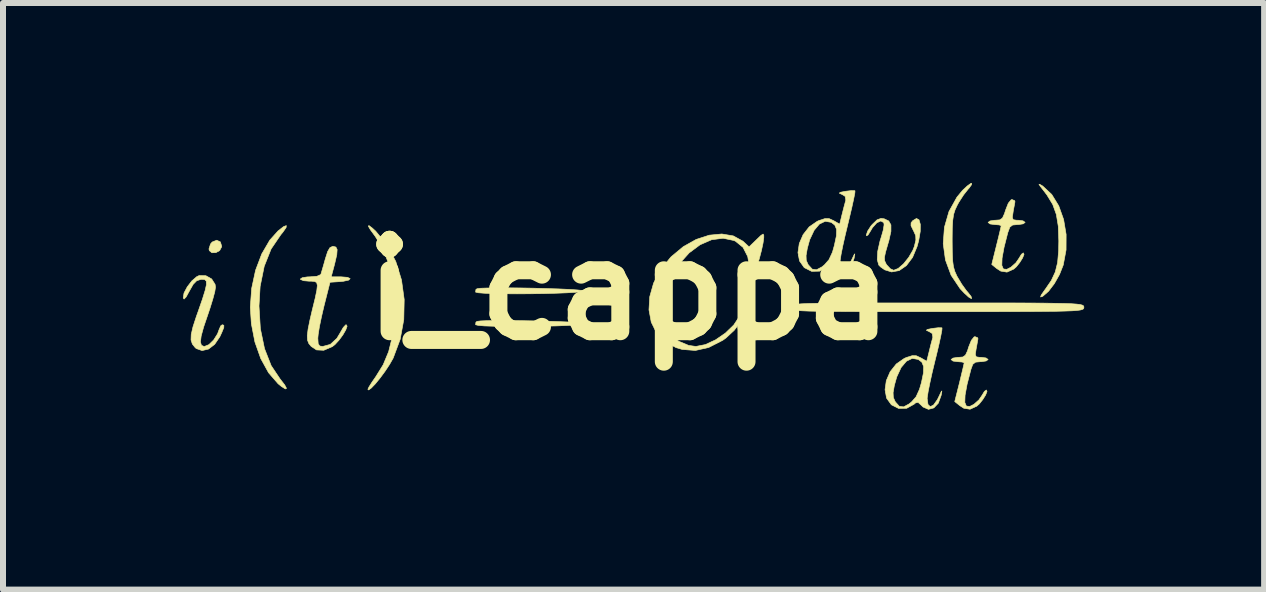
<source format=kicad_pcb>
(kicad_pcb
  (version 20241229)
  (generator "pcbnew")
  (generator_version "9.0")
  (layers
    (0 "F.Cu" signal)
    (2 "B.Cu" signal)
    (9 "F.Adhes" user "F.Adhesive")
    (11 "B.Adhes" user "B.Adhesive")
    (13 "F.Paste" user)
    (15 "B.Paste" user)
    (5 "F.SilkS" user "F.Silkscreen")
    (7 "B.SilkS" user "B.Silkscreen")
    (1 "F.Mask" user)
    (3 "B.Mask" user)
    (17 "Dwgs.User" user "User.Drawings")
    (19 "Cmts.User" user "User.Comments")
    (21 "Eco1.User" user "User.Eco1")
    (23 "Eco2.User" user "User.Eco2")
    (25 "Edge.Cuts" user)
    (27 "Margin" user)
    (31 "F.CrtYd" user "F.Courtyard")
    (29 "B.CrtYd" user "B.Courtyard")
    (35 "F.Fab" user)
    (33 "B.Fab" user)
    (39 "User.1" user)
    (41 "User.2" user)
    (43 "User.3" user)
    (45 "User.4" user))
  (footprint "i_cappa"
    (layer "F.Cu")
    (at 7.437 1.783)
    (property "Reference" "i_cappa" (at 0 0 0) (layer "F.SilkS") (effects (font (size 1.524 1.524) (thickness 0.3))))
    (attr through_hole)
    (fp_poly (pts (xy -6.813 -0.8) (xy -6.791 -0.728) (xy -6.792 -0.717) (xy -6.825 -0.655) (xy -6.888 -0.621) (xy -6.954 -0.619) (xy -6.997 -0.654) (xy -7.003 -0.683) (xy -6.977 -0.765) (xy -6.949 -0.798) (xy -6.874 -0.828) (xy -6.813 -0.8)) (stroke (width 0.01) (type solid)) (fill yes) (layer "F.SilkS"))
    (fp_poly (pts (xy -2.019 -0.034) (xy -1.809 -0.032) (xy -1.59 -0.028) (xy -1.374 -0.022) (xy -1.173 -0.016) (xy -0.999 -0.008) (xy -0.863 0.001) (xy -0.777 0.01) (xy -0.753 0.018) (xy -0.79 0.03) (xy -0.888 0.04) (xy -1.035 0.049) (xy -1.218 0.056) (xy -1.425 0.062) (xy -1.646 0.065) (xy -1.866 0.066) (xy -2.076 0.065) (xy -2.261 0.062) (xy -2.412 0.056) (xy -2.514 0.048) (xy -2.558 0.037) (xy -2.558 0.037) (xy -2.552 -0.007) (xy -2.533 -0.019) (xy -2.477 -0.027) (xy -2.365 -0.031) (xy -2.208 -0.034) (xy -2.019 -0.034)) (stroke (width 0.01) (type solid)) (fill yes) (layer "F.SilkS"))
    (fp_poly (pts (xy -2.019 0.511) (xy -1.809 0.513) (xy -1.59 0.517) (xy -1.374 0.522) (xy -1.173 0.529) (xy -0.999 0.536) (xy -0.863 0.545) (xy -0.777 0.554) (xy -0.753 0.562) (xy -0.79 0.574) (xy -0.888 0.585) (xy -1.035 0.594) (xy -1.218 0.601) (xy -1.425 0.606) (xy -1.646 0.609) (xy -1.866 0.611) (xy -2.076 0.61) (xy -2.261 0.606) (xy -2.412 0.601) (xy -2.514 0.592) (xy -2.558 0.581) (xy -2.558 0.581) (xy -2.552 0.538) (xy -2.533 0.525) (xy -2.477 0.518) (xy -2.365 0.513) (xy -2.208 0.511) (xy -2.019 0.511)) (stroke (width 0.01) (type solid)) (fill yes) (layer "F.SilkS"))
    (fp_poly (pts (xy -5.717 -1.039) (xy -5.772 -0.96) (xy -5.806 -0.919) (xy -5.967 -0.682) (xy -6.082 -0.393) (xy -6.15 -0.057) (xy -6.169 0.269) (xy -6.146 0.647) (xy -6.077 0.98) (xy -5.966 1.263) (xy -5.819 1.483) (xy -5.74 1.585) (xy -5.71 1.642) (xy -5.729 1.652) (xy -5.795 1.61) (xy -5.851 1.564) (xy -6.009 1.382) (xy -6.139 1.146) (xy -6.237 0.869) (xy -6.296 0.565) (xy -6.314 0.29) (xy -6.291 -0.025) (xy -6.226 -0.327) (xy -6.123 -0.599) (xy -5.989 -0.829) (xy -5.851 -0.983) (xy -5.759 -1.055) (xy -5.713 -1.072) (xy -5.717 -1.039)) (stroke (width 0.01) (type solid)) (fill yes) (layer "F.SilkS"))
    (fp_poly (pts (xy 6.856 -1.756) (xy 6.901 -1.728) (xy 7.048 -1.591) (xy 7.165 -1.401) (xy 7.246 -1.174) (xy 7.288 -0.924) (xy 7.287 -0.666) (xy 7.24 -0.414) (xy 7.239 -0.412) (xy 7.178 -0.257) (xy 7.092 -0.105) (xy 6.995 0.023) (xy 6.902 0.104) (xy 6.894 0.109) (xy 6.862 0.119) (xy 6.872 0.087) (xy 6.927 0.008) (xy 6.944 -0.015) (xy 7.042 -0.158) (xy 7.107 -0.298) (xy 7.146 -0.456) (xy 7.163 -0.651) (xy 7.166 -0.816) (xy 7.157 -1.062) (xy 7.125 -1.257) (xy 7.065 -1.424) (xy 6.969 -1.581) (xy 6.92 -1.646) (xy 6.856 -1.728) (xy 6.835 -1.762) (xy 6.856 -1.756)) (stroke (width 0.01) (type solid)) (fill yes) (layer "F.SilkS"))
    (fp_poly (pts (xy -4.276 -1.027) (xy -4.223 -0.978) (xy -4.032 -0.747) (xy -3.888 -0.472) (xy -3.793 -0.165) (xy -3.748 0.161) (xy -3.755 0.495) (xy -3.815 0.824) (xy -3.931 1.135) (xy -3.935 1.143) (xy -3.993 1.245) (xy -4.067 1.357) (xy -4.149 1.468) (xy -4.228 1.565) (xy -4.296 1.636) (xy -4.341 1.669) (xy -4.354 1.658) (xy -4.335 1.618) (xy -4.284 1.537) (xy -4.224 1.451) (xy -4.098 1.248) (xy -4.007 1.029) (xy -3.944 0.773) (xy -3.917 0.604) (xy -3.897 0.259) (xy -3.923 -0.08) (xy -3.993 -0.4) (xy -4.103 -0.684) (xy -4.23 -0.891) (xy -4.312 -1.003) (xy -4.347 -1.064) (xy -4.335 -1.072) (xy -4.276 -1.027)) (stroke (width 0.01) (type solid)) (fill yes) (layer "F.SilkS"))
    (fp_poly (pts (xy 5.712 -1.755) (xy 5.672 -1.699) (xy 5.653 -1.678) (xy 5.578 -1.583) (xy 5.5 -1.462) (xy 5.474 -1.415) (xy 5.437 -1.337) (xy 5.412 -1.258) (xy 5.398 -1.163) (xy 5.39 -1.033) (xy 5.388 -0.85) (xy 5.388 -0.816) (xy 5.39 -0.624) (xy 5.396 -0.487) (xy 5.409 -0.388) (xy 5.432 -0.308) (xy 5.467 -0.23) (xy 5.474 -0.218) (xy 5.546 -0.097) (xy 5.625 0.013) (xy 5.653 0.045) (xy 5.703 0.108) (xy 5.713 0.143) (xy 5.707 0.145) (xy 5.663 0.12) (xy 5.591 0.054) (xy 5.52 -0.021) (xy 5.37 -0.245) (xy 5.276 -0.499) (xy 5.239 -0.77) (xy 5.259 -1.044) (xy 5.335 -1.307) (xy 5.467 -1.545) (xy 5.562 -1.66) (xy 5.638 -1.731) (xy 5.696 -1.773) (xy 5.711 -1.778) (xy 5.712 -1.755)) (stroke (width 0.01) (type solid)) (fill yes) (layer "F.SilkS"))
    (fp_poly (pts (xy -7.054 -0.236) (xy -6.958 -0.182) (xy -6.901 -0.092) (xy -6.894 -0.045) (xy -6.906 0.031) (xy -6.939 0.154) (xy -6.986 0.306) (xy -7.021 0.41) (xy -7.092 0.619) (xy -7.133 0.769) (xy -7.145 0.868) (xy -7.129 0.924) (xy -7.086 0.943) (xy -7.078 0.943) (xy -7.004 0.913) (xy -6.925 0.836) (xy -6.86 0.733) (xy -6.835 0.665) (xy -6.807 0.6) (xy -6.781 0.581) (xy -6.755 0.59) (xy -6.756 0.629) (xy -6.789 0.71) (xy -6.822 0.781) (xy -6.908 0.908) (xy -7.011 0.987) (xy -7.118 1.012) (xy -7.215 0.978) (xy -7.234 0.961) (xy -7.28 0.903) (xy -7.302 0.835) (xy -7.299 0.744) (xy -7.27 0.618) (xy -7.213 0.443) (xy -7.185 0.365) (xy -7.113 0.158) (xy -7.067 0.01) (xy -7.045 -0.088) (xy -7.048 -0.146) (xy -7.075 -0.173) (xy -7.125 -0.176) (xy -7.139 -0.175) (xy -7.208 -0.152) (xy -7.266 -0.093) (xy -7.329 0.018) (xy -7.384 0.118) (xy -7.418 0.153) (xy -7.432 0.134) (xy -7.419 0.052) (xy -7.365 -0.05) (xy -7.289 -0.149) (xy -7.207 -0.22) (xy -7.166 -0.239) (xy -7.054 -0.236)) (stroke (width 0.01) (type solid)) (fill yes) (layer "F.SilkS"))
    (fp_poly (pts (xy 4.255 -1.185) (xy 4.33 -1.149) (xy 4.367 -1.083) (xy 4.367 -0.975) (xy 4.332 -0.817) (xy 4.316 -0.764) (xy 4.277 -0.629) (xy 4.259 -0.543) (xy 4.262 -0.486) (xy 4.285 -0.436) (xy 4.297 -0.417) (xy 4.357 -0.352) (xy 4.413 -0.327) (xy 4.488 -0.357) (xy 4.577 -0.434) (xy 4.663 -0.541) (xy 4.732 -0.659) (xy 4.757 -0.723) (xy 4.783 -0.83) (xy 4.78 -0.905) (xy 4.745 -0.983) (xy 4.741 -0.99) (xy 4.702 -1.07) (xy 4.703 -1.118) (xy 4.73 -1.153) (xy 4.793 -1.191) (xy 4.835 -1.168) (xy 4.857 -1.093) (xy 4.856 -0.975) (xy 4.83 -0.822) (xy 4.804 -0.725) (xy 4.728 -0.542) (xy 4.625 -0.405) (xy 4.505 -0.322) (xy 4.378 -0.299) (xy 4.264 -0.334) (xy 4.194 -0.383) (xy 4.164 -0.414) (xy 4.139 -0.505) (xy 4.147 -0.644) (xy 4.185 -0.815) (xy 4.205 -0.878) (xy 4.238 -0.993) (xy 4.253 -1.084) (xy 4.248 -1.121) (xy 4.198 -1.149) (xy 4.131 -1.118) (xy 4.059 -1.037) (xy 4.028 -0.984) (xy 3.984 -0.914) (xy 3.96 -0.902) (xy 3.957 -0.916) (xy 3.979 -0.981) (xy 4.035 -1.067) (xy 4.058 -1.093) (xy 4.136 -1.168) (xy 4.202 -1.192) (xy 4.255 -1.185)) (stroke (width 0.01) (type solid)) (fill yes) (layer "F.SilkS"))
    (fp_poly (pts (xy 5.814 0.799) (xy 5.818 0.816) (xy 5.808 0.874) (xy 5.791 0.968) (xy 5.787 0.989) (xy 5.774 1.077) (xy 5.789 1.116) (xy 5.845 1.125) (xy 5.874 1.125) (xy 5.952 1.135) (xy 5.987 1.16) (xy 5.987 1.161) (xy 5.955 1.185) (xy 5.877 1.197) (xy 5.862 1.197) (xy 5.778 1.205) (xy 5.732 1.241) (xy 5.7 1.327) (xy 5.699 1.333) (xy 5.636 1.577) (xy 5.603 1.757) (xy 5.599 1.877) (xy 5.625 1.938) (xy 5.682 1.943) (xy 5.751 1.908) (xy 5.834 1.834) (xy 5.886 1.758) (xy 5.926 1.692) (xy 5.958 1.669) (xy 5.969 1.694) (xy 5.945 1.754) (xy 5.898 1.829) (xy 5.841 1.901) (xy 5.798 1.939) (xy 5.686 1.99) (xy 5.581 1.973) (xy 5.514 1.929) (xy 5.431 1.862) (xy 5.51 1.549) (xy 5.544 1.408) (xy 5.571 1.295) (xy 5.586 1.228) (xy 5.588 1.217) (xy 5.556 1.203) (xy 5.48 1.197) (xy 5.479 1.197) (xy 5.403 1.187) (xy 5.37 1.162) (xy 5.37 1.161) (xy 5.402 1.137) (xy 5.48 1.125) (xy 5.491 1.125) (xy 5.565 1.119) (xy 5.609 1.089) (xy 5.643 1.018) (xy 5.663 0.953) (xy 5.708 0.841) (xy 5.754 0.784) (xy 5.769 0.78) (xy 5.814 0.799)) (stroke (width 0.01) (type solid)) (fill yes) (layer "F.SilkS"))
    (fp_poly (pts (xy 6.431 -1.487) (xy 6.435 -1.47) (xy 6.425 -1.412) (xy 6.407 -1.318) (xy 6.404 -1.297) (xy 6.391 -1.209) (xy 6.405 -1.17) (xy 6.462 -1.161) (xy 6.491 -1.161) (xy 6.569 -1.151) (xy 6.604 -1.126) (xy 6.604 -1.125) (xy 6.572 -1.101) (xy 6.494 -1.089) (xy 6.479 -1.089) (xy 6.395 -1.081) (xy 6.349 -1.045) (xy 6.317 -0.959) (xy 6.315 -0.953) (xy 6.253 -0.709) (xy 6.22 -0.529) (xy 6.216 -0.409) (xy 6.242 -0.348) (xy 6.299 -0.343) (xy 6.368 -0.378) (xy 6.451 -0.452) (xy 6.503 -0.528) (xy 6.543 -0.594) (xy 6.574 -0.617) (xy 6.586 -0.592) (xy 6.562 -0.532) (xy 6.515 -0.457) (xy 6.458 -0.385) (xy 6.415 -0.347) (xy 6.302 -0.296) (xy 6.198 -0.313) (xy 6.13 -0.357) (xy 6.048 -0.424) (xy 6.126 -0.737) (xy 6.161 -0.878) (xy 6.188 -0.991) (xy 6.203 -1.058) (xy 6.205 -1.069) (xy 6.173 -1.083) (xy 6.097 -1.089) (xy 6.096 -1.089) (xy 6.02 -1.099) (xy 5.987 -1.124) (xy 5.987 -1.125) (xy 6.019 -1.149) (xy 6.097 -1.161) (xy 6.108 -1.161) (xy 6.182 -1.167) (xy 6.226 -1.197) (xy 6.259 -1.268) (xy 6.28 -1.333) (xy 6.324 -1.445) (xy 6.371 -1.502) (xy 6.386 -1.506) (xy 6.431 -1.487)) (stroke (width 0.01) (type solid)) (fill yes) (layer "F.SilkS"))
    (fp_poly (pts (xy 5.615 0.218) (xy 6.029 0.218) (xy 6.38 0.218) (xy 6.674 0.219) (xy 6.915 0.221) (xy 7.11 0.224) (xy 7.263 0.227) (xy 7.378 0.231) (xy 7.462 0.237) (xy 7.519 0.244) (xy 7.555 0.253) (xy 7.574 0.263) (xy 7.582 0.275) (xy 7.584 0.289) (xy 7.584 0.29) (xy 7.582 0.305) (xy 7.575 0.317) (xy 7.557 0.327) (xy 7.523 0.336) (xy 7.468 0.343) (xy 7.387 0.349) (xy 7.274 0.353) (xy 7.125 0.357) (xy 6.935 0.359) (xy 6.697 0.361) (xy 6.408 0.362) (xy 6.063 0.363) (xy 5.655 0.363) (xy 5.18 0.363) (xy 5.134 0.363) (xy 4.653 0.363) (xy 4.24 0.363) (xy 3.889 0.362) (xy 3.595 0.361) (xy 3.353 0.359) (xy 3.159 0.357) (xy 3.006 0.354) (xy 2.891 0.349) (xy 2.807 0.344) (xy 2.749 0.337) (xy 2.714 0.328) (xy 2.694 0.318) (xy 2.687 0.306) (xy 2.685 0.292) (xy 2.685 0.29) (xy 2.686 0.276) (xy 2.693 0.264) (xy 2.711 0.253) (xy 2.745 0.245) (xy 2.801 0.238) (xy 2.882 0.232) (xy 2.995 0.227) (xy 3.144 0.224) (xy 3.334 0.221) (xy 3.572 0.22) (xy 3.861 0.219) (xy 4.206 0.218) (xy 4.614 0.218) (xy 5.089 0.218) (xy 5.134 0.218) (xy 5.615 0.218)) (stroke (width 0.01) (type solid)) (fill yes) (layer "F.SilkS"))
    (fp_poly (pts (xy -4.887 -0.714) (xy -4.866 -0.672) (xy -4.872 -0.587) (xy -4.904 -0.448) (xy -4.914 -0.408) (xy -4.965 -0.218) (xy -4.805 -0.218) (xy -4.693 -0.209) (xy -4.649 -0.188) (xy -4.673 -0.163) (xy -4.764 -0.143) (xy -4.815 -0.138) (xy -4.985 -0.127) (xy -5.086 0.272) (xy -5.127 0.448) (xy -5.161 0.611) (xy -5.182 0.742) (xy -5.188 0.807) (xy -5.182 0.898) (xy -5.156 0.936) (xy -5.106 0.943) (xy -4.98 0.909) (xy -4.87 0.808) (xy -4.811 0.709) (xy -4.764 0.627) (xy -4.723 0.583) (xy -4.715 0.581) (xy -4.7 0.605) (xy -4.722 0.667) (xy -4.77 0.75) (xy -4.834 0.837) (xy -4.902 0.911) (xy -4.945 0.945) (xy -5.089 1.007) (xy -5.21 1.001) (xy -5.298 0.943) (xy -5.338 0.895) (xy -5.36 0.839) (xy -5.364 0.763) (xy -5.35 0.652) (xy -5.318 0.495) (xy -5.28 0.333) (xy -5.233 0.142) (xy -5.205 0.009) (xy -5.196 -0.074) (xy -5.207 -0.121) (xy -5.24 -0.14) (xy -5.295 -0.145) (xy -5.334 -0.145) (xy -5.425 -0.153) (xy -5.475 -0.173) (xy -5.479 -0.181) (xy -5.447 -0.203) (xy -5.365 -0.216) (xy -5.315 -0.218) (xy -5.203 -0.227) (xy -5.142 -0.254) (xy -5.136 -0.263) (xy -5.119 -0.321) (xy -5.089 -0.424) (xy -5.063 -0.517) (xy -5.024 -0.639) (xy -4.986 -0.704) (xy -4.942 -0.725) (xy -4.934 -0.726) (xy -4.887 -0.714)) (stroke (width 0.01) (type solid)) (fill yes) (layer "F.SilkS"))
    (fp_poly (pts (xy 1.739 -0.9) (xy 1.899 -0.812) (xy 1.92 -0.793) (xy 2.002 -0.717) (xy 2.126 -0.837) (xy 2.2 -0.908) (xy 2.236 -0.931) (xy 2.247 -0.91) (xy 2.247 -0.869) (xy 2.235 -0.781) (xy 2.209 -0.659) (xy 2.173 -0.522) (xy 2.133 -0.388) (xy 2.094 -0.277) (xy 2.063 -0.207) (xy 2.05 -0.193) (xy 2.028 -0.219) (xy 2.014 -0.298) (xy 2.011 -0.354) (xy 1.98 -0.554) (xy 1.901 -0.709) (xy 1.776 -0.811) (xy 1.75 -0.823) (xy 1.569 -0.861) (xy 1.377 -0.836) (xy 1.185 -0.752) (xy 1.003 -0.617) (xy 0.84 -0.435) (xy 0.707 -0.213) (xy 0.701 -0.2) (xy 0.648 -0.075) (xy 0.617 0.038) (xy 0.602 0.167) (xy 0.599 0.333) (xy 0.601 0.489) (xy 0.609 0.592) (xy 0.629 0.662) (xy 0.664 0.716) (xy 0.689 0.746) (xy 0.83 0.857) (xy 0.995 0.926) (xy 1.115 0.943) (xy 1.273 0.912) (xy 1.444 0.833) (xy 1.609 0.719) (xy 1.747 0.585) (xy 1.839 0.445) (xy 1.853 0.41) (xy 1.889 0.332) (xy 1.925 0.293) (xy 1.948 0.301) (xy 1.943 0.36) (xy 1.94 0.372) (xy 1.87 0.52) (xy 1.755 0.673) (xy 1.615 0.803) (xy 1.562 0.841) (xy 1.329 0.96) (xy 1.107 1.01) (xy 0.887 0.993) (xy 0.785 0.963) (xy 0.597 0.862) (xy 0.459 0.717) (xy 0.371 0.538) (xy 0.333 0.333) (xy 0.346 0.113) (xy 0.41 -0.113) (xy 0.526 -0.335) (xy 0.695 -0.544) (xy 0.706 -0.555) (xy 0.906 -0.721) (xy 1.12 -0.841) (xy 1.338 -0.912) (xy 1.548 -0.932) (xy 1.739 -0.9)) (stroke (width 0.01) (type solid)) (fill yes) (layer "F.SilkS"))
    (fp_poly (pts (xy 3.762 -1.654) (xy 3.768 -1.651) (xy 3.765 -1.612) (xy 3.746 -1.516) (xy 3.715 -1.374) (xy 3.674 -1.201) (xy 3.652 -1.109) (xy 3.605 -0.914) (xy 3.565 -0.737) (xy 3.536 -0.592) (xy 3.521 -0.496) (xy 3.52 -0.475) (xy 3.534 -0.375) (xy 3.572 -0.339) (xy 3.626 -0.367) (xy 3.69 -0.457) (xy 3.716 -0.508) (xy 3.753 -0.586) (xy 3.765 -0.601) (xy 3.758 -0.554) (xy 3.753 -0.526) (xy 3.706 -0.397) (xy 3.631 -0.318) (xy 3.542 -0.294) (xy 3.451 -0.333) (xy 3.421 -0.362) (xy 3.37 -0.41) (xy 3.327 -0.402) (xy 3.301 -0.38) (xy 3.178 -0.312) (xy 3.045 -0.309) (xy 2.922 -0.371) (xy 2.921 -0.372) (xy 2.843 -0.482) (xy 2.826 -0.572) (xy 2.952 -0.572) (xy 2.955 -0.493) (xy 2.984 -0.427) (xy 2.991 -0.416) (xy 3.056 -0.345) (xy 3.126 -0.335) (xy 3.218 -0.384) (xy 3.258 -0.417) (xy 3.334 -0.503) (xy 3.392 -0.628) (xy 3.424 -0.741) (xy 3.458 -0.901) (xy 3.461 -1.009) (xy 3.431 -1.08) (xy 3.372 -1.126) (xy 3.272 -1.144) (xy 3.174 -1.097) (xy 3.086 -0.992) (xy 3.012 -0.835) (xy 2.973 -0.693) (xy 2.952 -0.572) (xy 2.826 -0.572) (xy 2.817 -0.622) (xy 2.839 -0.773) (xy 2.903 -0.921) (xy 3.004 -1.05) (xy 3.138 -1.143) (xy 3.172 -1.158) (xy 3.269 -1.189) (xy 3.337 -1.188) (xy 3.411 -1.154) (xy 3.413 -1.153) (xy 3.513 -1.096) (xy 3.554 -1.265) (xy 3.583 -1.379) (xy 3.608 -1.472) (xy 3.615 -1.497) (xy 3.604 -1.559) (xy 3.552 -1.591) (xy 3.508 -1.611) (xy 3.519 -1.626) (xy 3.594 -1.641) (xy 3.611 -1.644) (xy 3.704 -1.655) (xy 3.762 -1.654)) (stroke (width 0.01) (type solid)) (fill yes) (layer "F.SilkS"))
    (fp_poly (pts (xy 5.213 0.632) (xy 5.219 0.635) (xy 5.216 0.674) (xy 5.198 0.77) (xy 5.167 0.912) (xy 5.126 1.085) (xy 5.103 1.177) (xy 5.056 1.372) (xy 5.017 1.549) (xy 4.988 1.694) (xy 4.973 1.79) (xy 4.971 1.811) (xy 4.985 1.911) (xy 5.023 1.947) (xy 5.078 1.919) (xy 5.142 1.829) (xy 5.167 1.778) (xy 5.204 1.7) (xy 5.216 1.685) (xy 5.21 1.732) (xy 5.204 1.76) (xy 5.157 1.889) (xy 5.082 1.968) (xy 4.993 1.992) (xy 4.903 1.953) (xy 4.873 1.924) (xy 4.821 1.876) (xy 4.778 1.884) (xy 4.753 1.906) (xy 4.63 1.974) (xy 4.496 1.977) (xy 4.373 1.915) (xy 4.373 1.914) (xy 4.294 1.804) (xy 4.278 1.714) (xy 4.403 1.714) (xy 4.407 1.793) (xy 4.436 1.859) (xy 4.443 1.87) (xy 4.507 1.941) (xy 4.578 1.951) (xy 4.669 1.902) (xy 4.71 1.869) (xy 4.786 1.783) (xy 4.843 1.658) (xy 4.876 1.545) (xy 4.909 1.385) (xy 4.912 1.277) (xy 4.883 1.206) (xy 4.824 1.16) (xy 4.723 1.142) (xy 4.626 1.189) (xy 4.537 1.294) (xy 4.464 1.451) (xy 4.424 1.593) (xy 4.403 1.714) (xy 4.278 1.714) (xy 4.269 1.664) (xy 4.29 1.513) (xy 4.354 1.365) (xy 4.456 1.236) (xy 4.589 1.143) (xy 4.623 1.128) (xy 4.721 1.097) (xy 4.789 1.098) (xy 4.862 1.132) (xy 4.864 1.133) (xy 4.964 1.19) (xy 5.006 1.021) (xy 5.034 0.907) (xy 5.059 0.814) (xy 5.066 0.789) (xy 5.055 0.727) (xy 5.003 0.695) (xy 4.959 0.675) (xy 4.971 0.66) (xy 5.046 0.645) (xy 5.062 0.642) (xy 5.156 0.631) (xy 5.213 0.632)) (stroke (width 0.01) (type solid)) (fill yes) (layer "F.SilkS")))
  (gr_rect
    (start -3 -3)
    (end 18.026 6.78)
    (stroke (width 0.1) (type default))
    (fill no)
    (layer "Edge.Cuts")))
</source>
